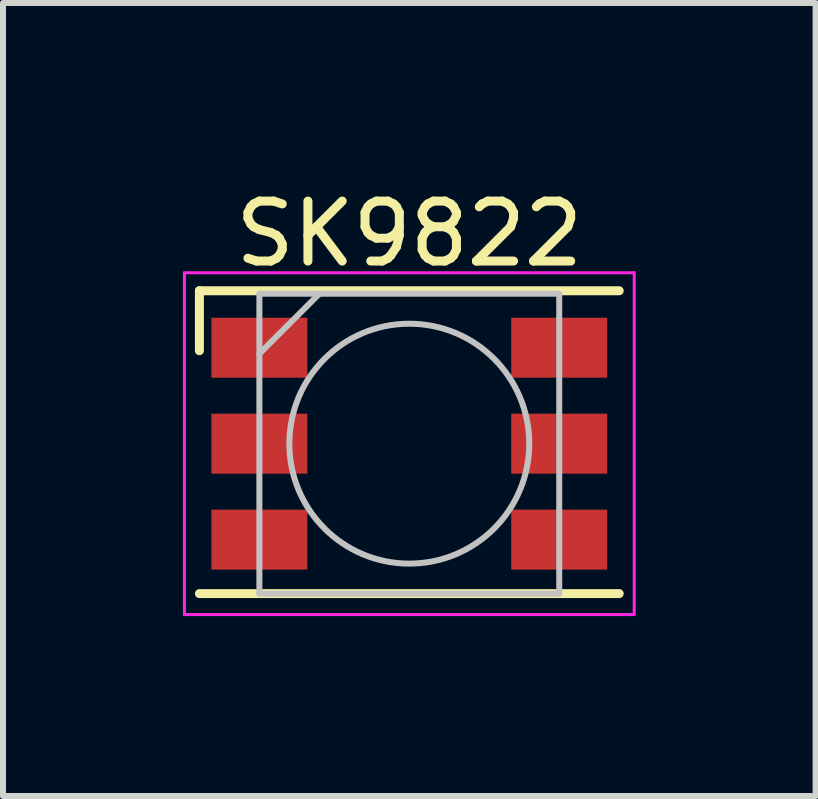
<source format=kicad_pcb>
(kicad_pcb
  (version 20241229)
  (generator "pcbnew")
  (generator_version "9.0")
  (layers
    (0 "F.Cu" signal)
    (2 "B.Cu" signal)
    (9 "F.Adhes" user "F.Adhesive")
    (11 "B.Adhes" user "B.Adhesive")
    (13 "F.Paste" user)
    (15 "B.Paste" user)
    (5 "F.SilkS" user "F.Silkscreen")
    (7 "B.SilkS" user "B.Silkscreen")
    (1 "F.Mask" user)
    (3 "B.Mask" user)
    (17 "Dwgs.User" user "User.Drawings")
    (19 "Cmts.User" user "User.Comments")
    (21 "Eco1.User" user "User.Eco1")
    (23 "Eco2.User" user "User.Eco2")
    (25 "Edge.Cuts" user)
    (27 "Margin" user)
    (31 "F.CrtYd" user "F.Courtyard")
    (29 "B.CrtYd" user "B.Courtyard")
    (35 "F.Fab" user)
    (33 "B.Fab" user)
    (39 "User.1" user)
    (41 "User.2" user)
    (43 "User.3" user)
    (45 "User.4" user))
  (footprint "SK9822"
    (layer "F.Cu")
    (at 3.775 4.348)
    (property "Reference" "SK9822" (at 0 -3.5 0) (layer "F.SilkS") (effects (font (size 1 1) (thickness 0.15))))
    (attr smd)
    (fp_line (start -3.5 -2.55) (end 3.5 -2.55) (stroke (width 0.15) (type solid)) (layer "F.SilkS"))
    (fp_line (start -3.5 -1.55) (end -3.5 -2.55) (stroke (width 0.15) (type solid)) (layer "F.SilkS"))
    (fp_line (start -3.5 2.5) (end 3.5 2.5) (stroke (width 0.15) (type solid)) (layer "F.SilkS"))
    (fp_line (start -2.5 -2.5) (end 2.5 -2.5) (stroke (width 0.1) (type solid)) (layer "Dwgs.User"))
    (fp_line (start -2.5 -1.5) (end -1.5 -2.5) (stroke (width 0.1) (type solid)) (layer "Dwgs.User"))
    (fp_line (start -2.5 2.5) (end -2.5 -2.5) (stroke (width 0.1) (type solid)) (layer "Dwgs.User"))
    (fp_line (start 2.5 -2.5) (end 2.5 2.5) (stroke (width 0.1) (type solid)) (layer "Dwgs.User"))
    (fp_line (start 2.5 2.5) (end -2.5 2.5) (stroke (width 0.1) (type solid)) (layer "Dwgs.User"))
    (fp_circle (center 0 0) (end 0 -2) (stroke (width 0.1) (type solid)) (fill no) (layer "Dwgs.User"))
    (fp_line (start -3.75 -2.85) (end -3.75 2.85) (stroke (width 0.05) (type solid)) (layer "F.CrtYd"))
    (fp_line (start -3.75 2.85) (end 3.75 2.85) (stroke (width 0.05) (type solid)) (layer "F.CrtYd"))
    (fp_line (start 3.75 -2.85) (end -3.75 -2.85) (stroke (width 0.05) (type solid)) (layer "F.CrtYd"))
    (fp_line (start 3.75 2.85) (end 3.75 -2.85) (stroke (width 0.05) (type solid)) (layer "F.CrtYd"))
    (pad "1" smd rect (at -2.5 -1.6) (size 1.6 1) (layers "F.Cu" "F.Mask" "F.Paste"))
    (pad "2" smd rect (at -2.5 0) (size 1.6 1) (layers "F.Cu" "F.Mask" "F.Paste"))
    (pad "3" smd rect (at -2.5 1.6) (size 1.6 1) (layers "F.Cu" "F.Mask" "F.Paste"))
    (pad "4" smd rect (at 2.5 1.6) (size 1.6 1) (layers "F.Cu" "F.Mask" "F.Paste"))
    (pad "5" smd rect (at 2.5 0) (size 1.6 1) (layers "F.Cu" "F.Mask" "F.Paste"))
    (pad "6" smd rect (at 2.5 -1.6) (size 1.6 1) (layers "F.Cu" "F.Mask" "F.Paste")))
  (gr_rect
    (start -3 -3)
    (end 10.55 10.223)
    (stroke (width 0.1) (type default))
    (fill no)
    (layer "Edge.Cuts")))
</source>
